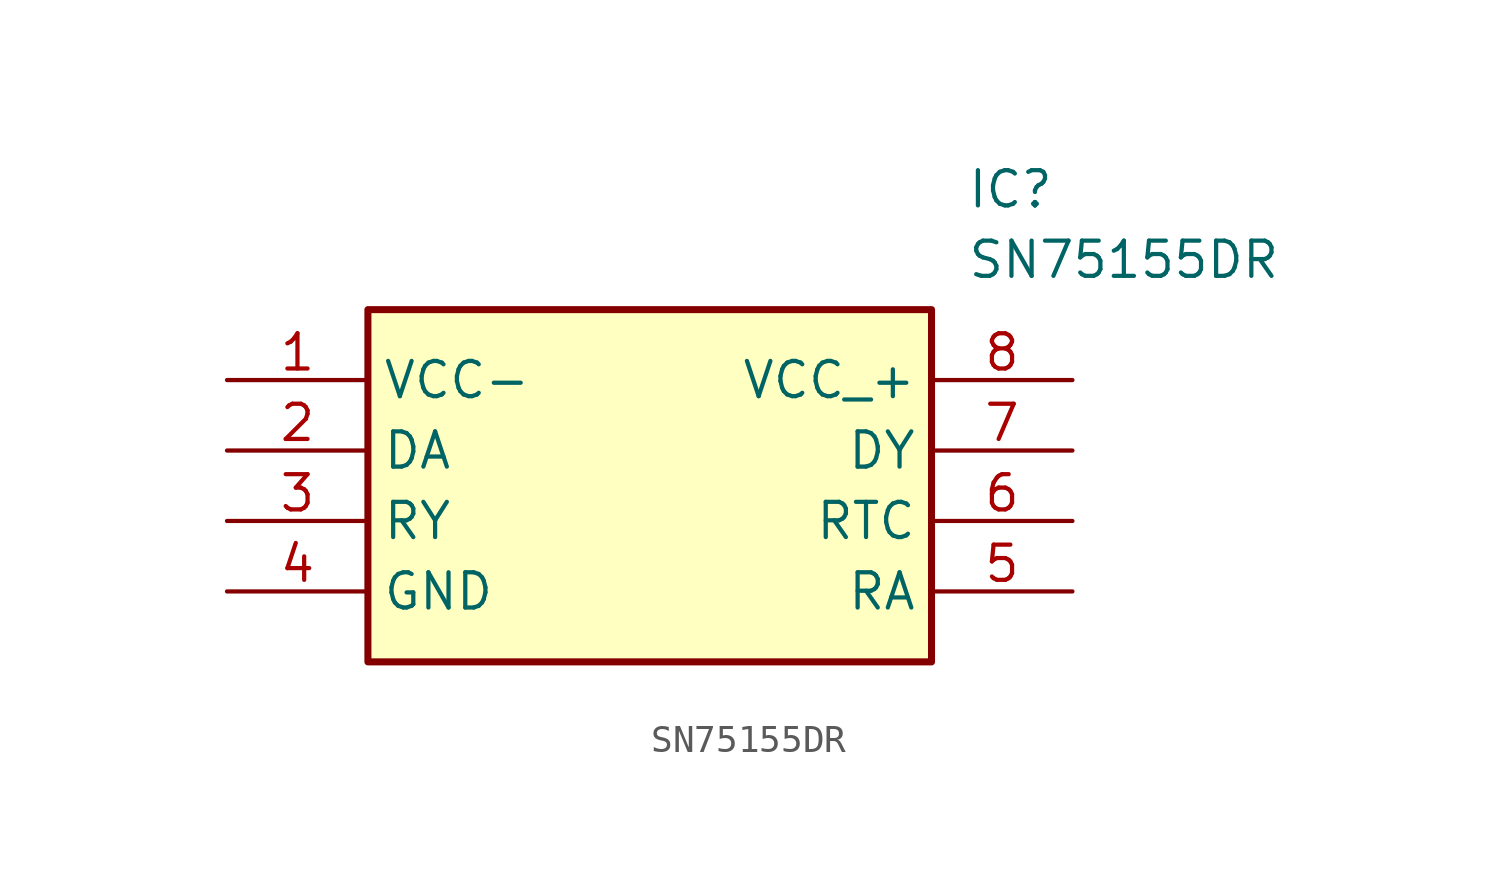
<source format=kicad_sym>
(kicad_symbol_lib
  (version 20211014)
  (generator SamacSys_ECAD_Model)
  (symbol "SN75155DR"
    (property "Reference" "IC"
      (at 26.67 7.62 0)
      (effects (font (size 1.27 1.27)) (justify left top)))
    (property "Value" "SN75155DR"
      (at 26.67 5.08 0)
      (effects (font (size 1.27 1.27)) (justify left top)))
    (rectangle
      (start 5.08 2.54)
      (end 25.4 -10.16)
      (stroke (width 0.254) (type default))
      (fill (type background)))
    (pin passive line
      (at 0 0 0)
      (length 5.08)
      (name "VCC-" (effects (font (size 1.27 1.27))))
      (number "1" (effects (font (size 1.27 1.27)))))
    (pin passive line
      (at 0 -2.54 0)
      (length 5.08)
      (name "DA" (effects (font (size 1.27 1.27))))
      (number "2" (effects (font (size 1.27 1.27)))))
    (pin passive line
      (at 0 -5.08 0)
      (length 5.08)
      (name "RY" (effects (font (size 1.27 1.27))))
      (number "3" (effects (font (size 1.27 1.27)))))
    (pin passive line
      (at 0 -7.62 0)
      (length 5.08)
      (name "GND" (effects (font (size 1.27 1.27))))
      (number "4" (effects (font (size 1.27 1.27)))))
    (pin passive line
      (at 30.48 0 180)
      (length 5.08)
      (name "VCC_+" (effects (font (size 1.27 1.27))))
      (number "8" (effects (font (size 1.27 1.27)))))
    (pin passive line
      (at 30.48 -2.54 180)
      (length 5.08)
      (name "DY" (effects (font (size 1.27 1.27))))
      (number "7" (effects (font (size 1.27 1.27)))))
    (pin passive line
      (at 30.48 -5.08 180)
      (length 5.08)
      (name "RTC" (effects (font (size 1.27 1.27))))
      (number "6" (effects (font (size 1.27 1.27)))))
    (pin passive line
      (at 30.48 -7.62 180)
      (length 5.08)
      (name "RA" (effects (font (size 1.27 1.27))))
      (number "5" (effects (font (size 1.27 1.27)))))))
</source>
